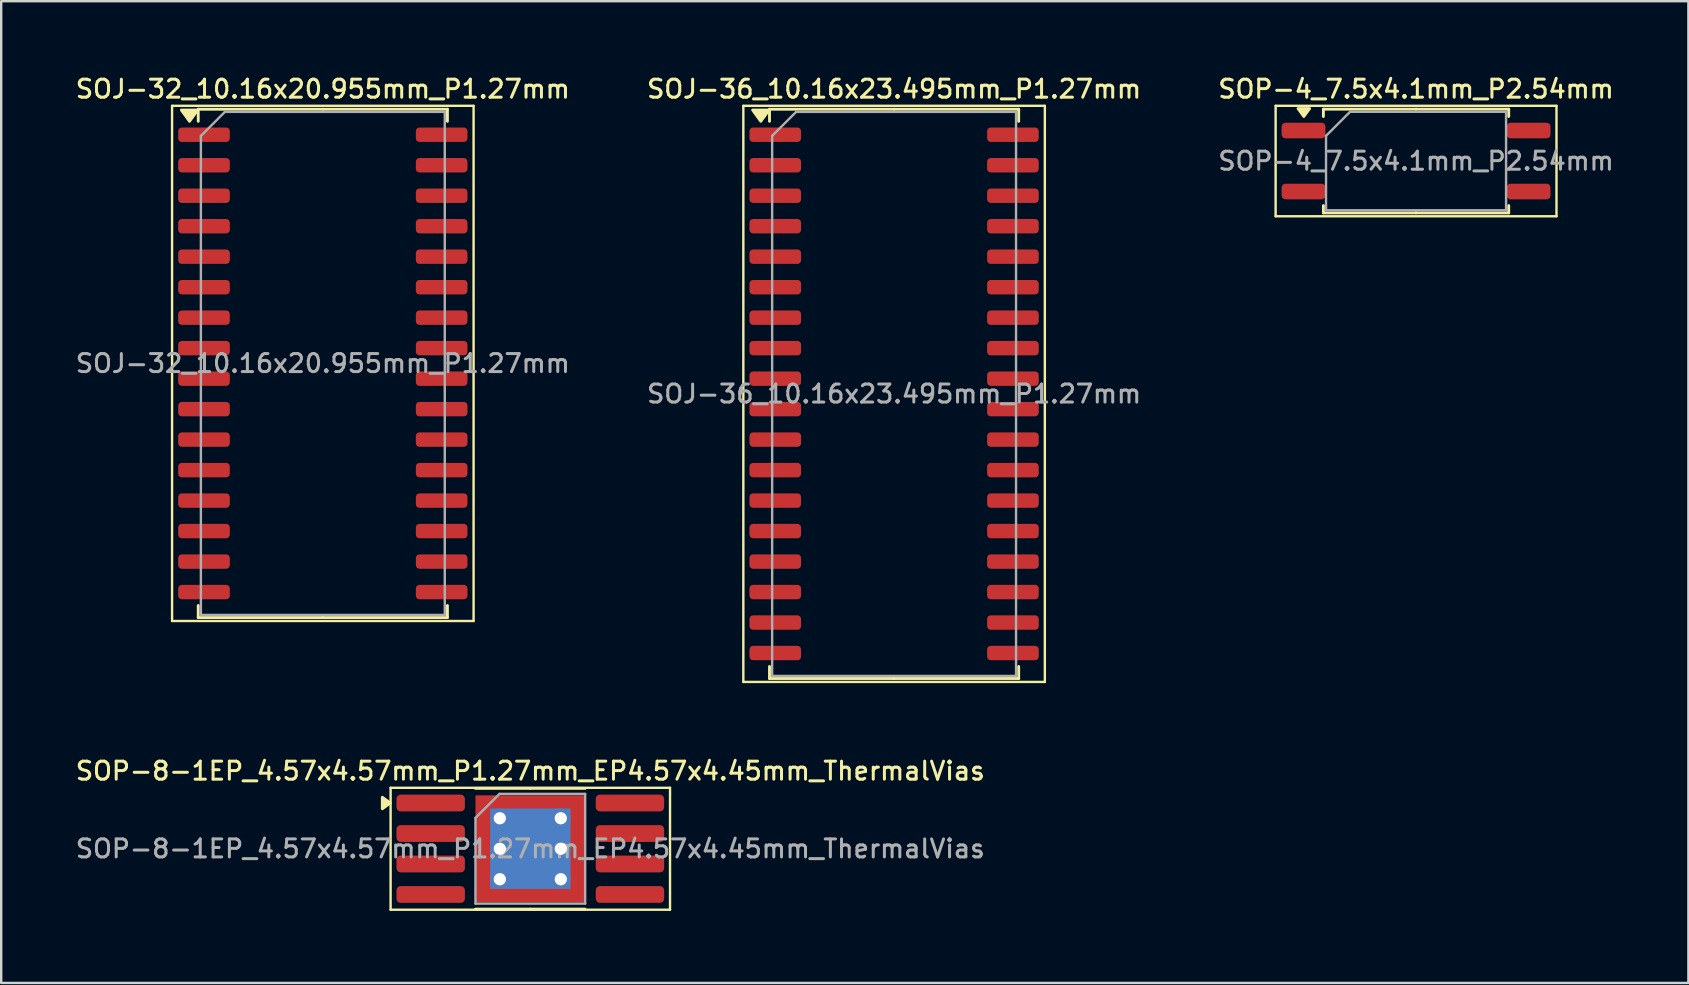
<source format=kicad_pcb>
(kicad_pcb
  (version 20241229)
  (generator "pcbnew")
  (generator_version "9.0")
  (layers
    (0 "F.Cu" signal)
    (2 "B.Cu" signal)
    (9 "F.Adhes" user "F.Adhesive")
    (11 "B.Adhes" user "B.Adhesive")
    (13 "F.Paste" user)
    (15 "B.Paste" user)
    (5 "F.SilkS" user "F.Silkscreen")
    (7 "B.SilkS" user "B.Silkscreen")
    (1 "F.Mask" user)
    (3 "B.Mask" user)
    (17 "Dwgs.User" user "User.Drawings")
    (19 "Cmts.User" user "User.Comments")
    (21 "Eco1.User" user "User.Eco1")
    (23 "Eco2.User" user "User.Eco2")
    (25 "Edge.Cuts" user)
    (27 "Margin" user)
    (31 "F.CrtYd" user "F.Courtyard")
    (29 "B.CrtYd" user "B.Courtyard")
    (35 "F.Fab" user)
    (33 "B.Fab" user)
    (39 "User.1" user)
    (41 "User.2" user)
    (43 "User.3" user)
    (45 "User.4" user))
  (footprint "SOP-8-1EP_4.57x4.57mm_P1.27mm_EP4.57x4.45mm_ThermalVias"
    (layer "F.Cu")
    (at 19.041 32.306)
    (property "Reference" "SOP-8-1EP_4.57x4.57mm_P1.27mm_EP4.57x4.45mm_ThermalVias" (at 0 -3.24 0) (layer "F.SilkS") (effects (font (size 0.75 0.75) (thickness 0.125))))
    (attr smd)
    (fp_line (start -5.82 -2.54) (end -5.82 2.54) (stroke (width 0.1) (type solid)) (layer "F.SilkS"))
    (fp_line (start -5.82 2.54) (end 5.82 2.54) (stroke (width 0.1) (type solid)) (layer "F.SilkS"))
    (fp_line (start 0 -2.515) (end -2.285 -2.515) (stroke (width 0.12) (type solid)) (layer "F.SilkS"))
    (fp_line (start 0 -2.515) (end 2.285 -2.515) (stroke (width 0.12) (type solid)) (layer "F.SilkS"))
    (fp_line (start 0 2.515) (end -2.285 2.515) (stroke (width 0.12) (type solid)) (layer "F.SilkS"))
    (fp_line (start 0 2.515) (end 2.285 2.515) (stroke (width 0.12) (type solid)) (layer "F.SilkS"))
    (fp_line (start 5.82 -2.54) (end -5.82 -2.54) (stroke (width 0.1) (type solid)) (layer "F.SilkS"))
    (fp_line (start 5.82 2.54) (end 5.82 -2.54) (stroke (width 0.1) (type solid)) (layer "F.SilkS"))
    (fp_poly (pts (xy -5.835 -1.905) (xy -6.165 -2.145) (xy -6.165 -1.665) (xy -5.835 -1.905)) (stroke (width 0.12) (type solid)) (fill yes) (layer "F.SilkS"))
    (fp_line (start -2.285 -1.285) (end -1.285 -2.285) (stroke (width 0.1) (type solid)) (layer "F.Fab"))
    (fp_line (start -2.285 2.285) (end -2.285 -1.285) (stroke (width 0.1) (type solid)) (layer "F.Fab"))
    (fp_line (start -1.285 -2.285) (end 2.285 -2.285) (stroke (width 0.1) (type solid)) (layer "F.Fab"))
    (fp_line (start 2.285 -2.285) (end 2.285 2.285) (stroke (width 0.1) (type solid)) (layer "F.Fab"))
    (fp_line (start 2.285 2.285) (end -2.285 2.285) (stroke (width 0.1) (type solid)) (layer "F.Fab"))
    (fp_text user "${REFERENCE}" (at 0 0 0) (layer "F.Fab") (effects (font (size 0.75 0.75) (thickness 0.125))))
    (pad "" smd roundrect (at -1.14 -1.11) (size 1.91 1.86) (layers "F.Paste") (roundrect_rratio 0.134))
    (pad "" smd roundrect (at -1.14 1.11) (size 1.91 1.86) (layers "F.Paste") (roundrect_rratio 0.134))
    (pad "" smd roundrect (at 1.14 -1.11) (size 1.91 1.86) (layers "F.Paste") (roundrect_rratio 0.134))
    (pad "" smd roundrect (at 1.14 1.11) (size 1.91 1.86) (layers "F.Paste") (roundrect_rratio 0.134))
    (pad "1" smd roundrect (at -4.15 -1.905) (size 2.85 0.7) (layers "F.Cu" "F.Mask" "F.Paste") (roundrect_rratio 0.25))
    (pad "2" smd roundrect (at -4.15 -0.635) (size 2.85 0.7) (layers "F.Cu" "F.Mask" "F.Paste") (roundrect_rratio 0.25))
    (pad "3" smd roundrect (at -4.15 0.635) (size 2.85 0.7) (layers "F.Cu" "F.Mask" "F.Paste") (roundrect_rratio 0.25))
    (pad "4" smd roundrect (at -4.15 1.905) (size 2.85 0.7) (layers "F.Cu" "F.Mask" "F.Paste") (roundrect_rratio 0.25))
    (pad "5" smd roundrect (at 4.15 1.905) (size 2.85 0.7) (layers "F.Cu" "F.Mask" "F.Paste") (roundrect_rratio 0.25))
    (pad "6" smd roundrect (at 4.15 0.635) (size 2.85 0.7) (layers "F.Cu" "F.Mask" "F.Paste") (roundrect_rratio 0.25))
    (pad "7" smd roundrect (at 4.15 -0.635) (size 2.85 0.7) (layers "F.Cu" "F.Mask" "F.Paste") (roundrect_rratio 0.25))
    (pad "8" smd roundrect (at 4.15 -1.905) (size 2.85 0.7) (layers "F.Cu" "F.Mask" "F.Paste") (roundrect_rratio 0.25))
    (pad "9" thru_hole circle (at -1.27 -1.27) (size 0.81 0.81) (drill 0.51) (property pad_prop_heatsink) (layers "*.Cu"))
    (pad "9" thru_hole circle (at -1.27 0) (size 0.81 0.81) (drill 0.51) (property pad_prop_heatsink) (layers "*.Cu"))
    (pad "9" thru_hole circle (at -1.27 1.27) (size 0.81 0.81) (drill 0.51) (property pad_prop_heatsink) (layers "*.Cu"))
    (pad "9" smd rect (at 0 0) (size 3.35 3.35) (property pad_prop_heatsink) (layers "B.Cu"))
    (pad "9" smd rect (at 0 0) (size 4.57 4.45) (property pad_prop_heatsink) (layers "F.Cu" "F.Mask"))
    (pad "9" thru_hole circle (at 1.27 -1.27) (size 0.81 0.81) (drill 0.51) (property pad_prop_heatsink) (layers "*.Cu"))
    (pad "9" thru_hole circle (at 1.27 0) (size 0.81 0.81) (drill 0.51) (property pad_prop_heatsink) (layers "*.Cu"))
    (pad "9" thru_hole circle (at 1.27 1.27) (size 0.81 0.81) (drill 0.51) (property pad_prop_heatsink) (layers "*.Cu")))
  (footprint "SOP-4_7.5x4.1mm_P2.54mm"
    (layer "F.Cu")
    (at 55.938 3.658)
    (property "Reference" "SOP-4_7.5x4.1mm_P2.54mm" (at 0 -3 0) (layer "F.SilkS") (effects (font (size 0.75 0.75) (thickness 0.125))))
    (attr smd)
    (fp_line (start -5.85 -2.3) (end -5.85 2.3) (stroke (width 0.1) (type solid)) (layer "F.SilkS"))
    (fp_line (start -5.85 2.3) (end 5.85 2.3) (stroke (width 0.1) (type solid)) (layer "F.SilkS"))
    (fp_line (start -3.86 -2.16) (end -3.86 -1.855) (stroke (width 0.12) (type solid)) (layer "F.SilkS"))
    (fp_line (start -3.86 2.16) (end -3.86 1.855) (stroke (width 0.12) (type solid)) (layer "F.SilkS"))
    (fp_line (start 0 -2.16) (end -3.86 -2.16) (stroke (width 0.12) (type solid)) (layer "F.SilkS"))
    (fp_line (start 0 -2.16) (end 3.86 -2.16) (stroke (width 0.12) (type solid)) (layer "F.SilkS"))
    (fp_line (start 0 2.16) (end -3.86 2.16) (stroke (width 0.12) (type solid)) (layer "F.SilkS"))
    (fp_line (start 0 2.16) (end 3.86 2.16) (stroke (width 0.12) (type solid)) (layer "F.SilkS"))
    (fp_line (start 3.86 -2.16) (end 3.86 -1.855) (stroke (width 0.12) (type solid)) (layer "F.SilkS"))
    (fp_line (start 3.86 2.16) (end 3.86 1.855) (stroke (width 0.12) (type solid)) (layer "F.SilkS"))
    (fp_line (start 5.85 -2.3) (end -5.85 -2.3) (stroke (width 0.1) (type solid)) (layer "F.SilkS"))
    (fp_line (start 5.85 2.3) (end 5.85 -2.3) (stroke (width 0.1) (type solid)) (layer "F.SilkS"))
    (fp_poly (pts (xy -4.675 -1.855) (xy -4.915 -2.185) (xy -4.435 -2.185) (xy -4.675 -1.855)) (stroke (width 0.12) (type solid)) (fill yes) (layer "F.SilkS"))
    (fp_line (start -3.75 -1.05) (end -2.75 -2.05) (stroke (width 0.1) (type solid)) (layer "F.Fab"))
    (fp_line (start -3.75 2.05) (end -3.75 -1.05) (stroke (width 0.1) (type solid)) (layer "F.Fab"))
    (fp_line (start -2.75 -2.05) (end 3.75 -2.05) (stroke (width 0.1) (type solid)) (layer "F.Fab"))
    (fp_line (start 3.75 -2.05) (end 3.75 2.05) (stroke (width 0.1) (type solid)) (layer "F.Fab"))
    (fp_line (start 3.75 2.05) (end -3.75 2.05) (stroke (width 0.1) (type solid)) (layer "F.Fab"))
    (fp_text user "${REFERENCE}" (at 0 0 0) (layer "F.Fab") (effects (font (size 0.75 0.75) (thickness 0.125))))
    (pad "1" smd roundrect (at -4.688 -1.27) (size 1.825 0.65) (layers "F.Cu" "F.Mask" "F.Paste") (roundrect_rratio 0.25))
    (pad "2" smd roundrect (at -4.688 1.27) (size 1.825 0.65) (layers "F.Cu" "F.Mask" "F.Paste") (roundrect_rratio 0.25))
    (pad "3" smd roundrect (at 4.688 1.27) (size 1.825 0.65) (layers "F.Cu" "F.Mask" "F.Paste") (roundrect_rratio 0.25))
    (pad "4" smd roundrect (at 4.688 -1.27) (size 1.825 0.65) (layers "F.Cu" "F.Mask" "F.Paste") (roundrect_rratio 0.25)))
  (footprint "SOJ-32_10.16x20.955mm_P1.27mm"
    (layer "F.Cu")
    (at 10.398 12.088)
    (property "Reference" "SOJ-32_10.16x20.955mm_P1.27mm" (at 0 -11.43 0) (layer "F.SilkS") (effects (font (size 0.75 0.75) (thickness 0.125))))
    (attr smd)
    (fp_line (start -6.28 -10.73) (end -6.28 10.73) (stroke (width 0.1) (type solid)) (layer "F.SilkS"))
    (fp_line (start -6.28 10.73) (end 6.28 10.73) (stroke (width 0.1) (type solid)) (layer "F.SilkS"))
    (fp_line (start -5.19 -10.588) (end -5.19 -10.085) (stroke (width 0.12) (type solid)) (layer "F.SilkS"))
    (fp_line (start -5.19 10.588) (end -5.19 10.085) (stroke (width 0.12) (type solid)) (layer "F.SilkS"))
    (fp_line (start 0 -10.588) (end -5.19 -10.588) (stroke (width 0.12) (type solid)) (layer "F.SilkS"))
    (fp_line (start 0 -10.588) (end 5.19 -10.588) (stroke (width 0.12) (type solid)) (layer "F.SilkS"))
    (fp_line (start 0 10.588) (end -5.19 10.588) (stroke (width 0.12) (type solid)) (layer "F.SilkS"))
    (fp_line (start 0 10.588) (end 5.19 10.588) (stroke (width 0.12) (type solid)) (layer "F.SilkS"))
    (fp_line (start 5.19 -10.588) (end 5.19 -10.085) (stroke (width 0.12) (type solid)) (layer "F.SilkS"))
    (fp_line (start 5.19 10.588) (end 5.19 10.085) (stroke (width 0.12) (type solid)) (layer "F.SilkS"))
    (fp_line (start 6.28 -10.73) (end -6.28 -10.73) (stroke (width 0.1) (type solid)) (layer "F.SilkS"))
    (fp_line (start 6.28 10.73) (end 6.28 -10.73) (stroke (width 0.1) (type solid)) (layer "F.SilkS"))
    (fp_poly (pts (xy -5.553 -10.085) (xy -5.893 -10.555) (xy -5.213 -10.555) (xy -5.553 -10.085)) (stroke (width 0.12) (type solid)) (fill yes) (layer "F.SilkS"))
    (fp_line (start -5.08 -9.477) (end -4.08 -10.477) (stroke (width 0.1) (type solid)) (layer "F.Fab"))
    (fp_line (start -5.08 10.477) (end -5.08 -9.477) (stroke (width 0.1) (type solid)) (layer "F.Fab"))
    (fp_line (start -4.08 -10.477) (end 5.08 -10.477) (stroke (width 0.1) (type solid)) (layer "F.Fab"))
    (fp_line (start 5.08 -10.477) (end 5.08 10.477) (stroke (width 0.1) (type solid)) (layer "F.Fab"))
    (fp_line (start 5.08 10.477) (end -5.08 10.477) (stroke (width 0.1) (type solid)) (layer "F.Fab"))
    (fp_text user "${REFERENCE}" (at 0 0 0) (layer "F.Fab") (effects (font (size 0.75 0.75) (thickness 0.125))))
    (pad "1" smd roundrect (at -4.95 -9.525) (size 2.15 0.6) (layers "F.Cu" "F.Mask" "F.Paste") (roundrect_rratio 0.25))
    (pad "2" smd roundrect (at -4.95 -8.255) (size 2.15 0.6) (layers "F.Cu" "F.Mask" "F.Paste") (roundrect_rratio 0.25))
    (pad "3" smd roundrect (at -4.95 -6.985) (size 2.15 0.6) (layers "F.Cu" "F.Mask" "F.Paste") (roundrect_rratio 0.25))
    (pad "4" smd roundrect (at -4.95 -5.715) (size 2.15 0.6) (layers "F.Cu" "F.Mask" "F.Paste") (roundrect_rratio 0.25))
    (pad "5" smd roundrect (at -4.95 -4.445) (size 2.15 0.6) (layers "F.Cu" "F.Mask" "F.Paste") (roundrect_rratio 0.25))
    (pad "6" smd roundrect (at -4.95 -3.175) (size 2.15 0.6) (layers "F.Cu" "F.Mask" "F.Paste") (roundrect_rratio 0.25))
    (pad "7" smd roundrect (at -4.95 -1.905) (size 2.15 0.6) (layers "F.Cu" "F.Mask" "F.Paste") (roundrect_rratio 0.25))
    (pad "8" smd roundrect (at -4.95 -0.635) (size 2.15 0.6) (layers "F.Cu" "F.Mask" "F.Paste") (roundrect_rratio 0.25))
    (pad "9" smd roundrect (at -4.95 0.635) (size 2.15 0.6) (layers "F.Cu" "F.Mask" "F.Paste") (roundrect_rratio 0.25))
    (pad "10" smd roundrect (at -4.95 1.905) (size 2.15 0.6) (layers "F.Cu" "F.Mask" "F.Paste") (roundrect_rratio 0.25))
    (pad "11" smd roundrect (at -4.95 3.175) (size 2.15 0.6) (layers "F.Cu" "F.Mask" "F.Paste") (roundrect_rratio 0.25))
    (pad "12" smd roundrect (at -4.95 4.445) (size 2.15 0.6) (layers "F.Cu" "F.Mask" "F.Paste") (roundrect_rratio 0.25))
    (pad "13" smd roundrect (at -4.95 5.715) (size 2.15 0.6) (layers "F.Cu" "F.Mask" "F.Paste") (roundrect_rratio 0.25))
    (pad "14" smd roundrect (at -4.95 6.985) (size 2.15 0.6) (layers "F.Cu" "F.Mask" "F.Paste") (roundrect_rratio 0.25))
    (pad "15" smd roundrect (at -4.95 8.255) (size 2.15 0.6) (layers "F.Cu" "F.Mask" "F.Paste") (roundrect_rratio 0.25))
    (pad "16" smd roundrect (at -4.95 9.525) (size 2.15 0.6) (layers "F.Cu" "F.Mask" "F.Paste") (roundrect_rratio 0.25))
    (pad "17" smd roundrect (at 4.95 9.525) (size 2.15 0.6) (layers "F.Cu" "F.Mask" "F.Paste") (roundrect_rratio 0.25))
    (pad "18" smd roundrect (at 4.95 8.255) (size 2.15 0.6) (layers "F.Cu" "F.Mask" "F.Paste") (roundrect_rratio 0.25))
    (pad "19" smd roundrect (at 4.95 6.985) (size 2.15 0.6) (layers "F.Cu" "F.Mask" "F.Paste") (roundrect_rratio 0.25))
    (pad "20" smd roundrect (at 4.95 5.715) (size 2.15 0.6) (layers "F.Cu" "F.Mask" "F.Paste") (roundrect_rratio 0.25))
    (pad "21" smd roundrect (at 4.95 4.445) (size 2.15 0.6) (layers "F.Cu" "F.Mask" "F.Paste") (roundrect_rratio 0.25))
    (pad "22" smd roundrect (at 4.95 3.175) (size 2.15 0.6) (layers "F.Cu" "F.Mask" "F.Paste") (roundrect_rratio 0.25))
    (pad "23" smd roundrect (at 4.95 1.905) (size 2.15 0.6) (layers "F.Cu" "F.Mask" "F.Paste") (roundrect_rratio 0.25))
    (pad "24" smd roundrect (at 4.95 0.635) (size 2.15 0.6) (layers "F.Cu" "F.Mask" "F.Paste") (roundrect_rratio 0.25))
    (pad "25" smd roundrect (at 4.95 -0.635) (size 2.15 0.6) (layers "F.Cu" "F.Mask" "F.Paste") (roundrect_rratio 0.25))
    (pad "26" smd roundrect (at 4.95 -1.905) (size 2.15 0.6) (layers "F.Cu" "F.Mask" "F.Paste") (roundrect_rratio 0.25))
    (pad "27" smd roundrect (at 4.95 -3.175) (size 2.15 0.6) (layers "F.Cu" "F.Mask" "F.Paste") (roundrect_rratio 0.25))
    (pad "28" smd roundrect (at 4.95 -4.445) (size 2.15 0.6) (layers "F.Cu" "F.Mask" "F.Paste") (roundrect_rratio 0.25))
    (pad "29" smd roundrect (at 4.95 -5.715) (size 2.15 0.6) (layers "F.Cu" "F.Mask" "F.Paste") (roundrect_rratio 0.25))
    (pad "30" smd roundrect (at 4.95 -6.985) (size 2.15 0.6) (layers "F.Cu" "F.Mask" "F.Paste") (roundrect_rratio 0.25))
    (pad "31" smd roundrect (at 4.95 -8.255) (size 2.15 0.6) (layers "F.Cu" "F.Mask" "F.Paste") (roundrect_rratio 0.25))
    (pad "32" smd roundrect (at 4.95 -9.525) (size 2.15 0.6) (layers "F.Cu" "F.Mask" "F.Paste") (roundrect_rratio 0.25)))
  (footprint "SOJ-36_10.16x23.495mm_P1.27mm"
    (layer "F.Cu")
    (at 34.195 13.358)
    (property "Reference" "SOJ-36_10.16x23.495mm_P1.27mm" (at 0 -12.7 0) (layer "F.SilkS") (effects (font (size 0.75 0.75) (thickness 0.125))))
    (attr smd)
    (fp_line (start -6.28 -12) (end -6.28 12) (stroke (width 0.1) (type solid)) (layer "F.SilkS"))
    (fp_line (start -6.28 12) (end 6.28 12) (stroke (width 0.1) (type solid)) (layer "F.SilkS"))
    (fp_line (start -5.19 -11.857) (end -5.19 -11.355) (stroke (width 0.12) (type solid)) (layer "F.SilkS"))
    (fp_line (start -5.19 11.857) (end -5.19 11.355) (stroke (width 0.12) (type solid)) (layer "F.SilkS"))
    (fp_line (start 0 -11.857) (end -5.19 -11.857) (stroke (width 0.12) (type solid)) (layer "F.SilkS"))
    (fp_line (start 0 -11.857) (end 5.19 -11.857) (stroke (width 0.12) (type solid)) (layer "F.SilkS"))
    (fp_line (start 0 11.857) (end -5.19 11.857) (stroke (width 0.12) (type solid)) (layer "F.SilkS"))
    (fp_line (start 0 11.857) (end 5.19 11.857) (stroke (width 0.12) (type solid)) (layer "F.SilkS"))
    (fp_line (start 5.19 -11.857) (end 5.19 -11.355) (stroke (width 0.12) (type solid)) (layer "F.SilkS"))
    (fp_line (start 5.19 11.857) (end 5.19 11.355) (stroke (width 0.12) (type solid)) (layer "F.SilkS"))
    (fp_line (start 6.28 -12) (end -6.28 -12) (stroke (width 0.1) (type solid)) (layer "F.SilkS"))
    (fp_line (start 6.28 12) (end 6.28 -12) (stroke (width 0.1) (type solid)) (layer "F.SilkS"))
    (fp_poly (pts (xy -5.553 -11.355) (xy -5.893 -11.825) (xy -5.213 -11.825) (xy -5.553 -11.355)) (stroke (width 0.12) (type solid)) (fill yes) (layer "F.SilkS"))
    (fp_line (start -5.08 -10.748) (end -4.08 -11.748) (stroke (width 0.1) (type solid)) (layer "F.Fab"))
    (fp_line (start -5.08 11.748) (end -5.08 -10.748) (stroke (width 0.1) (type solid)) (layer "F.Fab"))
    (fp_line (start -4.08 -11.748) (end 5.08 -11.748) (stroke (width 0.1) (type solid)) (layer "F.Fab"))
    (fp_line (start 5.08 -11.748) (end 5.08 11.748) (stroke (width 0.1) (type solid)) (layer "F.Fab"))
    (fp_line (start 5.08 11.748) (end -5.08 11.748) (stroke (width 0.1) (type solid)) (layer "F.Fab"))
    (fp_text user "${REFERENCE}" (at 0 0 0) (layer "F.Fab") (effects (font (size 0.75 0.75) (thickness 0.125))))
    (pad "1" smd roundrect (at -4.95 -10.795) (size 2.15 0.6) (layers "F.Cu" "F.Mask" "F.Paste") (roundrect_rratio 0.25))
    (pad "2" smd roundrect (at -4.95 -9.525) (size 2.15 0.6) (layers "F.Cu" "F.Mask" "F.Paste") (roundrect_rratio 0.25))
    (pad "3" smd roundrect (at -4.95 -8.255) (size 2.15 0.6) (layers "F.Cu" "F.Mask" "F.Paste") (roundrect_rratio 0.25))
    (pad "4" smd roundrect (at -4.95 -6.985) (size 2.15 0.6) (layers "F.Cu" "F.Mask" "F.Paste") (roundrect_rratio 0.25))
    (pad "5" smd roundrect (at -4.95 -5.715) (size 2.15 0.6) (layers "F.Cu" "F.Mask" "F.Paste") (roundrect_rratio 0.25))
    (pad "6" smd roundrect (at -4.95 -4.445) (size 2.15 0.6) (layers "F.Cu" "F.Mask" "F.Paste") (roundrect_rratio 0.25))
    (pad "7" smd roundrect (at -4.95 -3.175) (size 2.15 0.6) (layers "F.Cu" "F.Mask" "F.Paste") (roundrect_rratio 0.25))
    (pad "8" smd roundrect (at -4.95 -1.905) (size 2.15 0.6) (layers "F.Cu" "F.Mask" "F.Paste") (roundrect_rratio 0.25))
    (pad "9" smd roundrect (at -4.95 -0.635) (size 2.15 0.6) (layers "F.Cu" "F.Mask" "F.Paste") (roundrect_rratio 0.25))
    (pad "10" smd roundrect (at -4.95 0.635) (size 2.15 0.6) (layers "F.Cu" "F.Mask" "F.Paste") (roundrect_rratio 0.25))
    (pad "11" smd roundrect (at -4.95 1.905) (size 2.15 0.6) (layers "F.Cu" "F.Mask" "F.Paste") (roundrect_rratio 0.25))
    (pad "12" smd roundrect (at -4.95 3.175) (size 2.15 0.6) (layers "F.Cu" "F.Mask" "F.Paste") (roundrect_rratio 0.25))
    (pad "13" smd roundrect (at -4.95 4.445) (size 2.15 0.6) (layers "F.Cu" "F.Mask" "F.Paste") (roundrect_rratio 0.25))
    (pad "14" smd roundrect (at -4.95 5.715) (size 2.15 0.6) (layers "F.Cu" "F.Mask" "F.Paste") (roundrect_rratio 0.25))
    (pad "15" smd roundrect (at -4.95 6.985) (size 2.15 0.6) (layers "F.Cu" "F.Mask" "F.Paste") (roundrect_rratio 0.25))
    (pad "16" smd roundrect (at -4.95 8.255) (size 2.15 0.6) (layers "F.Cu" "F.Mask" "F.Paste") (roundrect_rratio 0.25))
    (pad "17" smd roundrect (at -4.95 9.525) (size 2.15 0.6) (layers "F.Cu" "F.Mask" "F.Paste") (roundrect_rratio 0.25))
    (pad "18" smd roundrect (at -4.95 10.795) (size 2.15 0.6) (layers "F.Cu" "F.Mask" "F.Paste") (roundrect_rratio 0.25))
    (pad "19" smd roundrect (at 4.95 10.795) (size 2.15 0.6) (layers "F.Cu" "F.Mask" "F.Paste") (roundrect_rratio 0.25))
    (pad "20" smd roundrect (at 4.95 9.525) (size 2.15 0.6) (layers "F.Cu" "F.Mask" "F.Paste") (roundrect_rratio 0.25))
    (pad "21" smd roundrect (at 4.95 8.255) (size 2.15 0.6) (layers "F.Cu" "F.Mask" "F.Paste") (roundrect_rratio 0.25))
    (pad "22" smd roundrect (at 4.95 6.985) (size 2.15 0.6) (layers "F.Cu" "F.Mask" "F.Paste") (roundrect_rratio 0.25))
    (pad "23" smd roundrect (at 4.95 5.715) (size 2.15 0.6) (layers "F.Cu" "F.Mask" "F.Paste") (roundrect_rratio 0.25))
    (pad "24" smd roundrect (at 4.95 4.445) (size 2.15 0.6) (layers "F.Cu" "F.Mask" "F.Paste") (roundrect_rratio 0.25))
    (pad "25" smd roundrect (at 4.95 3.175) (size 2.15 0.6) (layers "F.Cu" "F.Mask" "F.Paste") (roundrect_rratio 0.25))
    (pad "26" smd roundrect (at 4.95 1.905) (size 2.15 0.6) (layers "F.Cu" "F.Mask" "F.Paste") (roundrect_rratio 0.25))
    (pad "27" smd roundrect (at 4.95 0.635) (size 2.15 0.6) (layers "F.Cu" "F.Mask" "F.Paste") (roundrect_rratio 0.25))
    (pad "28" smd roundrect (at 4.95 -0.635) (size 2.15 0.6) (layers "F.Cu" "F.Mask" "F.Paste") (roundrect_rratio 0.25))
    (pad "29" smd roundrect (at 4.95 -1.905) (size 2.15 0.6) (layers "F.Cu" "F.Mask" "F.Paste") (roundrect_rratio 0.25))
    (pad "30" smd roundrect (at 4.95 -3.175) (size 2.15 0.6) (layers "F.Cu" "F.Mask" "F.Paste") (roundrect_rratio 0.25))
    (pad "31" smd roundrect (at 4.95 -4.445) (size 2.15 0.6) (layers "F.Cu" "F.Mask" "F.Paste") (roundrect_rratio 0.25))
    (pad "32" smd roundrect (at 4.95 -5.715) (size 2.15 0.6) (layers "F.Cu" "F.Mask" "F.Paste") (roundrect_rratio 0.25))
    (pad "33" smd roundrect (at 4.95 -6.985) (size 2.15 0.6) (layers "F.Cu" "F.Mask" "F.Paste") (roundrect_rratio 0.25))
    (pad "34" smd roundrect (at 4.95 -8.255) (size 2.15 0.6) (layers "F.Cu" "F.Mask" "F.Paste") (roundrect_rratio 0.25))
    (pad "35" smd roundrect (at 4.95 -9.525) (size 2.15 0.6) (layers "F.Cu" "F.Mask" "F.Paste") (roundrect_rratio 0.25))
    (pad "36" smd roundrect (at 4.95 -10.795) (size 2.15 0.6) (layers "F.Cu" "F.Mask" "F.Paste") (roundrect_rratio 0.25)))
  (gr_rect
    (start -3 -3)
    (end 67.282 37.896)
    (stroke (width 0.1) (type default))
    (fill no)
    (layer "Edge.Cuts")))
</source>
